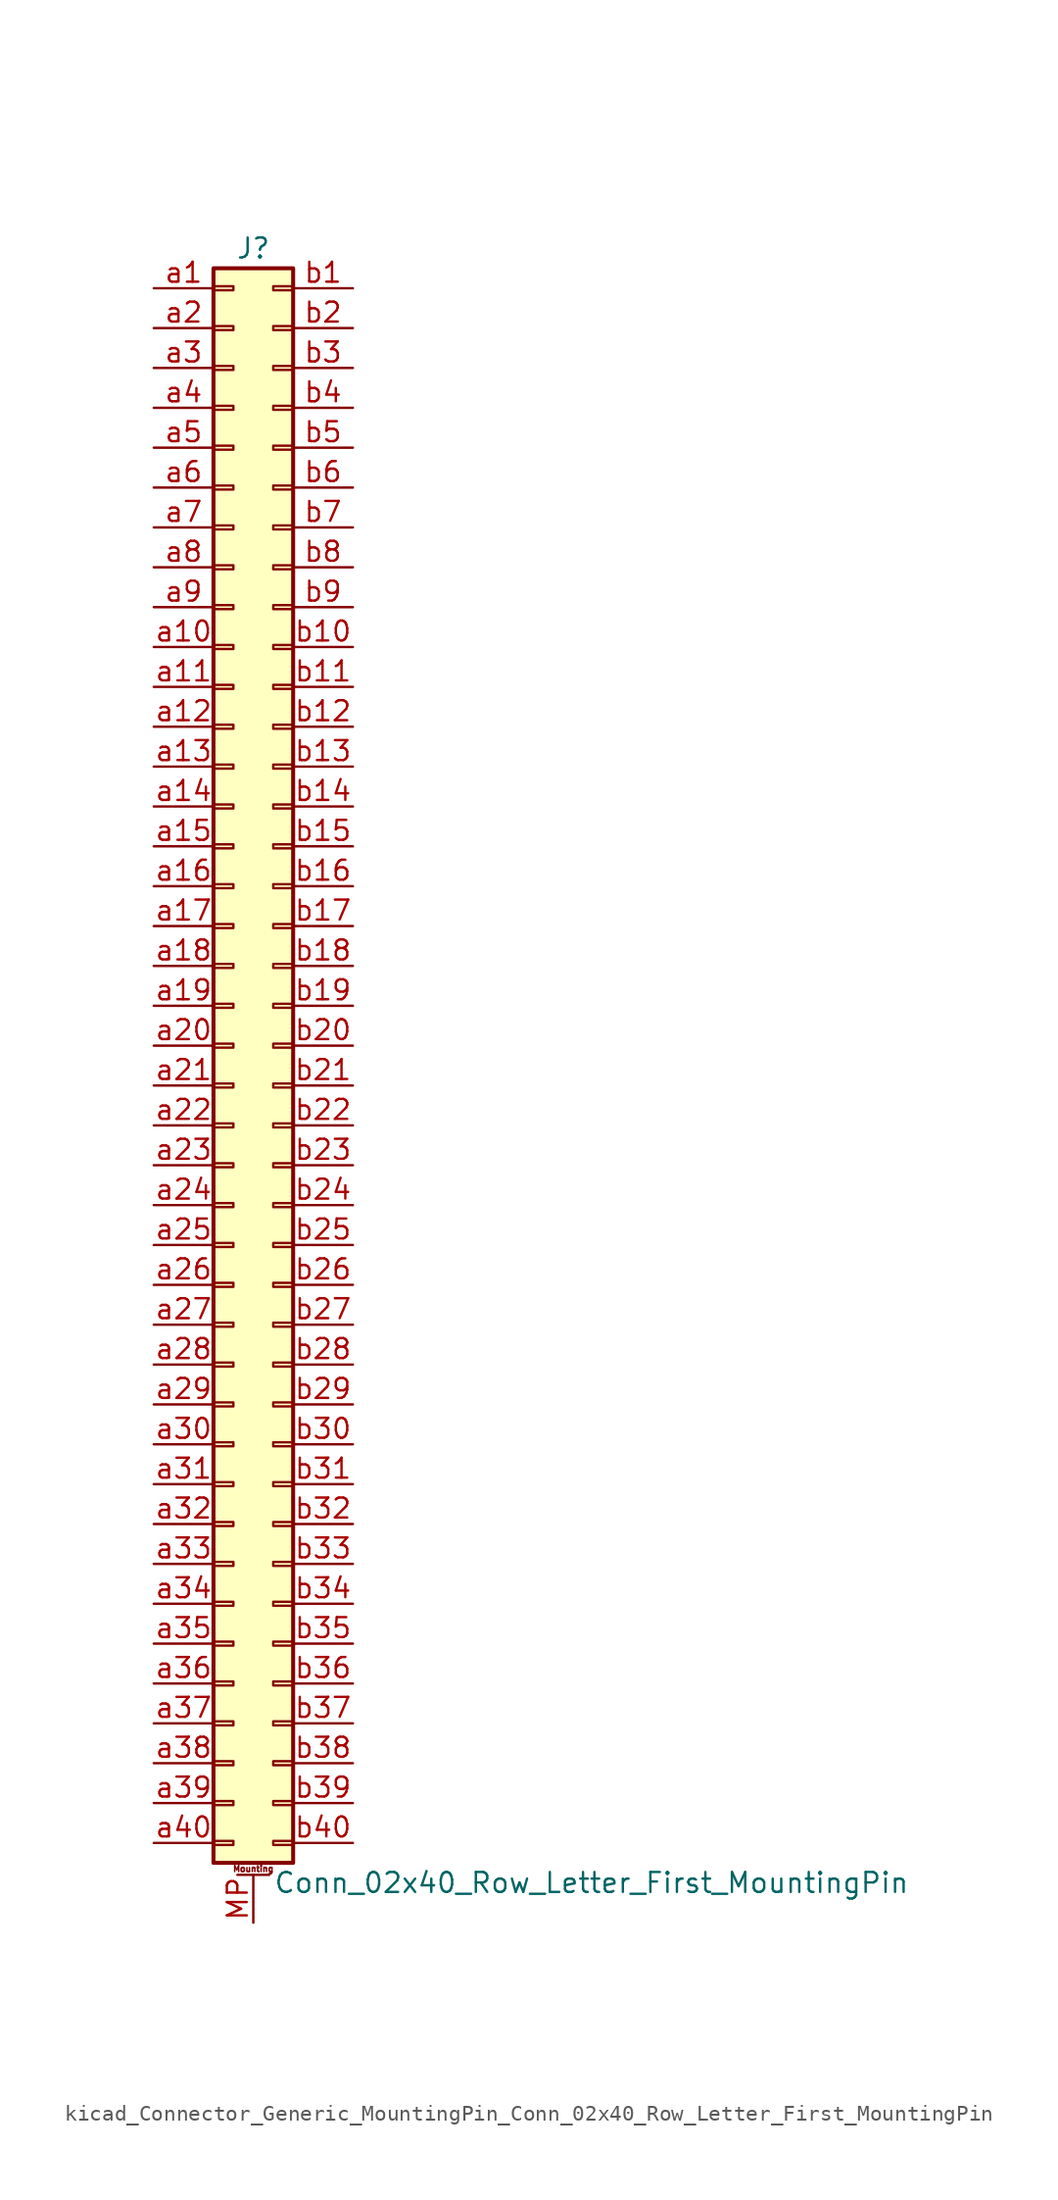
<source format=kicad_sym>
(kicad_symbol_lib
  (version 20220914)
  (generator kicad_symbol_editor)
  (symbol "kicad_Connector_Generic_MountingPin_Conn_02x40_Row_Letter_First_MountingPin"
    (pin_names
      (offset 1.016) hide)
    (property "Reference" "J"
      (at 1.27 50.8 0)
      (effects (font (size 1.27 1.27))))
    (property "Value" "Conn_02x40_Row_Letter_First_MountingPin"
      (at 2.54 -53.34 0)
      (effects (font (size 1.27 1.27)) (justify left)))
    (symbol "kicad_Connector_Generic_MountingPin_Conn_02x40_Row_Letter_First_MountingPin_1_1"
      (rectangle (start -1.27 -50.673) (end 0 -50.927) (stroke (width 0.152) (type default)) (fill (type none)))
      (rectangle (start -1.27 -48.133) (end 0 -48.387) (stroke (width 0.152) (type default)) (fill (type none)))
      (rectangle (start -1.27 -45.593) (end 0 -45.847) (stroke (width 0.152) (type default)) (fill (type none)))
      (rectangle (start -1.27 -43.053) (end 0 -43.307) (stroke (width 0.152) (type default)) (fill (type none)))
      (rectangle (start -1.27 -40.513) (end 0 -40.767) (stroke (width 0.152) (type default)) (fill (type none)))
      (rectangle (start -1.27 -37.973) (end 0 -38.227) (stroke (width 0.152) (type default)) (fill (type none)))
      (rectangle (start -1.27 -35.433) (end 0 -35.687) (stroke (width 0.152) (type default)) (fill (type none)))
      (rectangle (start -1.27 -32.893) (end 0 -33.147) (stroke (width 0.152) (type default)) (fill (type none)))
      (rectangle (start -1.27 -30.353) (end 0 -30.607) (stroke (width 0.152) (type default)) (fill (type none)))
      (rectangle (start -1.27 -27.813) (end 0 -28.067) (stroke (width 0.152) (type default)) (fill (type none)))
      (rectangle (start -1.27 -25.273) (end 0 -25.527) (stroke (width 0.152) (type default)) (fill (type none)))
      (rectangle (start -1.27 -22.733) (end 0 -22.987) (stroke (width 0.152) (type default)) (fill (type none)))
      (rectangle (start -1.27 -20.193) (end 0 -20.447) (stroke (width 0.152) (type default)) (fill (type none)))
      (rectangle (start -1.27 -17.653) (end 0 -17.907) (stroke (width 0.152) (type default)) (fill (type none)))
      (rectangle (start -1.27 -15.113) (end 0 -15.367) (stroke (width 0.152) (type default)) (fill (type none)))
      (rectangle (start -1.27 -12.573) (end 0 -12.827) (stroke (width 0.152) (type default)) (fill (type none)))
      (rectangle (start -1.27 -10.033) (end 0 -10.287) (stroke (width 0.152) (type default)) (fill (type none)))
      (rectangle (start -1.27 -7.493) (end 0 -7.747) (stroke (width 0.152) (type default)) (fill (type none)))
      (rectangle (start -1.27 -4.953) (end 0 -5.207) (stroke (width 0.152) (type default)) (fill (type none)))
      (rectangle (start -1.27 -2.413) (end 0 -2.667) (stroke (width 0.152) (type default)) (fill (type none)))
      (rectangle (start -1.27 0.127) (end 0 -0.127) (stroke (width 0.152) (type default)) (fill (type none)))
      (rectangle (start -1.27 2.667) (end 0 2.413) (stroke (width 0.152) (type default)) (fill (type none)))
      (rectangle (start -1.27 5.207) (end 0 4.953) (stroke (width 0.152) (type default)) (fill (type none)))
      (rectangle (start -1.27 7.747) (end 0 7.493) (stroke (width 0.152) (type default)) (fill (type none)))
      (rectangle (start -1.27 10.287) (end 0 10.033) (stroke (width 0.152) (type default)) (fill (type none)))
      (rectangle (start -1.27 12.827) (end 0 12.573) (stroke (width 0.152) (type default)) (fill (type none)))
      (rectangle (start -1.27 15.367) (end 0 15.113) (stroke (width 0.152) (type default)) (fill (type none)))
      (rectangle (start -1.27 17.907) (end 0 17.653) (stroke (width 0.152) (type default)) (fill (type none)))
      (rectangle (start -1.27 20.447) (end 0 20.193) (stroke (width 0.152) (type default)) (fill (type none)))
      (rectangle (start -1.27 22.987) (end 0 22.733) (stroke (width 0.152) (type default)) (fill (type none)))
      (rectangle (start -1.27 25.527) (end 0 25.273) (stroke (width 0.152) (type default)) (fill (type none)))
      (rectangle (start -1.27 28.067) (end 0 27.813) (stroke (width 0.152) (type default)) (fill (type none)))
      (rectangle (start -1.27 30.607) (end 0 30.353) (stroke (width 0.152) (type default)) (fill (type none)))
      (rectangle (start -1.27 33.147) (end 0 32.893) (stroke (width 0.152) (type default)) (fill (type none)))
      (rectangle (start -1.27 35.687) (end 0 35.433) (stroke (width 0.152) (type default)) (fill (type none)))
      (rectangle (start -1.27 38.227) (end 0 37.973) (stroke (width 0.152) (type default)) (fill (type none)))
      (rectangle (start -1.27 40.767) (end 0 40.513) (stroke (width 0.152) (type default)) (fill (type none)))
      (rectangle (start -1.27 43.307) (end 0 43.053) (stroke (width 0.152) (type default)) (fill (type none)))
      (rectangle (start -1.27 45.847) (end 0 45.593) (stroke (width 0.152) (type default)) (fill (type none)))
      (rectangle (start -1.27 48.387) (end 0 48.133) (stroke (width 0.152) (type default)) (fill (type none)))
      (rectangle (start -1.27 49.53) (end 3.81 -52.07) (stroke (width 0.254) (type default)) (fill (type background)))
      (polyline (pts (xy 0.254 -52.832) (xy 2.286 -52.832)) (stroke (width 0.152) (type default)) (fill (type none)))
      (rectangle (start 3.81 -50.673) (end 2.54 -50.927) (stroke (width 0.152) (type default)) (fill (type none)))
      (rectangle (start 3.81 -48.133) (end 2.54 -48.387) (stroke (width 0.152) (type default)) (fill (type none)))
      (rectangle (start 3.81 -45.593) (end 2.54 -45.847) (stroke (width 0.152) (type default)) (fill (type none)))
      (rectangle (start 3.81 -43.053) (end 2.54 -43.307) (stroke (width 0.152) (type default)) (fill (type none)))
      (rectangle (start 3.81 -40.513) (end 2.54 -40.767) (stroke (width 0.152) (type default)) (fill (type none)))
      (rectangle (start 3.81 -37.973) (end 2.54 -38.227) (stroke (width 0.152) (type default)) (fill (type none)))
      (rectangle (start 3.81 -35.433) (end 2.54 -35.687) (stroke (width 0.152) (type default)) (fill (type none)))
      (rectangle (start 3.81 -32.893) (end 2.54 -33.147) (stroke (width 0.152) (type default)) (fill (type none)))
      (rectangle (start 3.81 -30.353) (end 2.54 -30.607) (stroke (width 0.152) (type default)) (fill (type none)))
      (rectangle (start 3.81 -27.813) (end 2.54 -28.067) (stroke (width 0.152) (type default)) (fill (type none)))
      (rectangle (start 3.81 -25.273) (end 2.54 -25.527) (stroke (width 0.152) (type default)) (fill (type none)))
      (rectangle (start 3.81 -22.733) (end 2.54 -22.987) (stroke (width 0.152) (type default)) (fill (type none)))
      (rectangle (start 3.81 -20.193) (end 2.54 -20.447) (stroke (width 0.152) (type default)) (fill (type none)))
      (rectangle (start 3.81 -17.653) (end 2.54 -17.907) (stroke (width 0.152) (type default)) (fill (type none)))
      (rectangle (start 3.81 -15.113) (end 2.54 -15.367) (stroke (width 0.152) (type default)) (fill (type none)))
      (rectangle (start 3.81 -12.573) (end 2.54 -12.827) (stroke (width 0.152) (type default)) (fill (type none)))
      (rectangle (start 3.81 -10.033) (end 2.54 -10.287) (stroke (width 0.152) (type default)) (fill (type none)))
      (rectangle (start 3.81 -7.493) (end 2.54 -7.747) (stroke (width 0.152) (type default)) (fill (type none)))
      (rectangle (start 3.81 -4.953) (end 2.54 -5.207) (stroke (width 0.152) (type default)) (fill (type none)))
      (rectangle (start 3.81 -2.413) (end 2.54 -2.667) (stroke (width 0.152) (type default)) (fill (type none)))
      (rectangle (start 3.81 0.127) (end 2.54 -0.127) (stroke (width 0.152) (type default)) (fill (type none)))
      (rectangle (start 3.81 2.667) (end 2.54 2.413) (stroke (width 0.152) (type default)) (fill (type none)))
      (rectangle (start 3.81 5.207) (end 2.54 4.953) (stroke (width 0.152) (type default)) (fill (type none)))
      (rectangle (start 3.81 7.747) (end 2.54 7.493) (stroke (width 0.152) (type default)) (fill (type none)))
      (rectangle (start 3.81 10.287) (end 2.54 10.033) (stroke (width 0.152) (type default)) (fill (type none)))
      (rectangle (start 3.81 12.827) (end 2.54 12.573) (stroke (width 0.152) (type default)) (fill (type none)))
      (rectangle (start 3.81 15.367) (end 2.54 15.113) (stroke (width 0.152) (type default)) (fill (type none)))
      (rectangle (start 3.81 17.907) (end 2.54 17.653) (stroke (width 0.152) (type default)) (fill (type none)))
      (rectangle (start 3.81 20.447) (end 2.54 20.193) (stroke (width 0.152) (type default)) (fill (type none)))
      (rectangle (start 3.81 22.987) (end 2.54 22.733) (stroke (width 0.152) (type default)) (fill (type none)))
      (rectangle (start 3.81 25.527) (end 2.54 25.273) (stroke (width 0.152) (type default)) (fill (type none)))
      (rectangle (start 3.81 28.067) (end 2.54 27.813) (stroke (width 0.152) (type default)) (fill (type none)))
      (rectangle (start 3.81 30.607) (end 2.54 30.353) (stroke (width 0.152) (type default)) (fill (type none)))
      (rectangle (start 3.81 33.147) (end 2.54 32.893) (stroke (width 0.152) (type default)) (fill (type none)))
      (rectangle (start 3.81 35.687) (end 2.54 35.433) (stroke (width 0.152) (type default)) (fill (type none)))
      (rectangle (start 3.81 38.227) (end 2.54 37.973) (stroke (width 0.152) (type default)) (fill (type none)))
      (rectangle (start 3.81 40.767) (end 2.54 40.513) (stroke (width 0.152) (type default)) (fill (type none)))
      (rectangle (start 3.81 43.307) (end 2.54 43.053) (stroke (width 0.152) (type default)) (fill (type none)))
      (rectangle (start 3.81 45.847) (end 2.54 45.593) (stroke (width 0.152) (type default)) (fill (type none)))
      (rectangle (start 3.81 48.387) (end 2.54 48.133) (stroke (width 0.152) (type default)) (fill (type none)))
      (text "Mounting" (at 1.27 -52.451 0) (effects (font (size 0.381 0.381))))
      (pin passive line (at 1.27 -55.88 90) (length 3.048) (name "MountPin" (effects (font (size 1.27 1.27)))) (number "MP" (effects (font (size 1.27 1.27)))))
      (pin passive line (at -5.08 48.26 0) (length 3.81) (name "Pin_a1" (effects (font (size 1.27 1.27)))) (number "a1" (effects (font (size 1.27 1.27)))))
      (pin passive line (at -5.08 25.4 0) (length 3.81) (name "Pin_a10" (effects (font (size 1.27 1.27)))) (number "a10" (effects (font (size 1.27 1.27)))))
      (pin passive line (at -5.08 22.86 0) (length 3.81) (name "Pin_a11" (effects (font (size 1.27 1.27)))) (number "a11" (effects (font (size 1.27 1.27)))))
      (pin passive line (at -5.08 20.32 0) (length 3.81) (name "Pin_a12" (effects (font (size 1.27 1.27)))) (number "a12" (effects (font (size 1.27 1.27)))))
      (pin passive line (at -5.08 17.78 0) (length 3.81) (name "Pin_a13" (effects (font (size 1.27 1.27)))) (number "a13" (effects (font (size 1.27 1.27)))))
      (pin passive line (at -5.08 15.24 0) (length 3.81) (name "Pin_a14" (effects (font (size 1.27 1.27)))) (number "a14" (effects (font (size 1.27 1.27)))))
      (pin passive line (at -5.08 12.7 0) (length 3.81) (name "Pin_a15" (effects (font (size 1.27 1.27)))) (number "a15" (effects (font (size 1.27 1.27)))))
      (pin passive line (at -5.08 10.16 0) (length 3.81) (name "Pin_a16" (effects (font (size 1.27 1.27)))) (number "a16" (effects (font (size 1.27 1.27)))))
      (pin passive line (at -5.08 7.62 0) (length 3.81) (name "Pin_a17" (effects (font (size 1.27 1.27)))) (number "a17" (effects (font (size 1.27 1.27)))))
      (pin passive line (at -5.08 5.08 0) (length 3.81) (name "Pin_a18" (effects (font (size 1.27 1.27)))) (number "a18" (effects (font (size 1.27 1.27)))))
      (pin passive line (at -5.08 2.54 0) (length 3.81) (name "Pin_a19" (effects (font (size 1.27 1.27)))) (number "a19" (effects (font (size 1.27 1.27)))))
      (pin passive line (at -5.08 45.72 0) (length 3.81) (name "Pin_a2" (effects (font (size 1.27 1.27)))) (number "a2" (effects (font (size 1.27 1.27)))))
      (pin passive line (at -5.08 0 0) (length 3.81) (name "Pin_a20" (effects (font (size 1.27 1.27)))) (number "a20" (effects (font (size 1.27 1.27)))))
      (pin passive line (at -5.08 -2.54 0) (length 3.81) (name "Pin_a21" (effects (font (size 1.27 1.27)))) (number "a21" (effects (font (size 1.27 1.27)))))
      (pin passive line (at -5.08 -5.08 0) (length 3.81) (name "Pin_a22" (effects (font (size 1.27 1.27)))) (number "a22" (effects (font (size 1.27 1.27)))))
      (pin passive line (at -5.08 -7.62 0) (length 3.81) (name "Pin_a23" (effects (font (size 1.27 1.27)))) (number "a23" (effects (font (size 1.27 1.27)))))
      (pin passive line (at -5.08 -10.16 0) (length 3.81) (name "Pin_a24" (effects (font (size 1.27 1.27)))) (number "a24" (effects (font (size 1.27 1.27)))))
      (pin passive line (at -5.08 -12.7 0) (length 3.81) (name "Pin_a25" (effects (font (size 1.27 1.27)))) (number "a25" (effects (font (size 1.27 1.27)))))
      (pin passive line (at -5.08 -15.24 0) (length 3.81) (name "Pin_a26" (effects (font (size 1.27 1.27)))) (number "a26" (effects (font (size 1.27 1.27)))))
      (pin passive line (at -5.08 -17.78 0) (length 3.81) (name "Pin_a27" (effects (font (size 1.27 1.27)))) (number "a27" (effects (font (size 1.27 1.27)))))
      (pin passive line (at -5.08 -20.32 0) (length 3.81) (name "Pin_a28" (effects (font (size 1.27 1.27)))) (number "a28" (effects (font (size 1.27 1.27)))))
      (pin passive line (at -5.08 -22.86 0) (length 3.81) (name "Pin_a29" (effects (font (size 1.27 1.27)))) (number "a29" (effects (font (size 1.27 1.27)))))
      (pin passive line (at -5.08 43.18 0) (length 3.81) (name "Pin_a3" (effects (font (size 1.27 1.27)))) (number "a3" (effects (font (size 1.27 1.27)))))
      (pin passive line (at -5.08 -25.4 0) (length 3.81) (name "Pin_a30" (effects (font (size 1.27 1.27)))) (number "a30" (effects (font (size 1.27 1.27)))))
      (pin passive line (at -5.08 -27.94 0) (length 3.81) (name "Pin_a31" (effects (font (size 1.27 1.27)))) (number "a31" (effects (font (size 1.27 1.27)))))
      (pin passive line (at -5.08 -30.48 0) (length 3.81) (name "Pin_a32" (effects (font (size 1.27 1.27)))) (number "a32" (effects (font (size 1.27 1.27)))))
      (pin passive line (at -5.08 -33.02 0) (length 3.81) (name "Pin_a33" (effects (font (size 1.27 1.27)))) (number "a33" (effects (font (size 1.27 1.27)))))
      (pin passive line (at -5.08 -35.56 0) (length 3.81) (name "Pin_a34" (effects (font (size 1.27 1.27)))) (number "a34" (effects (font (size 1.27 1.27)))))
      (pin passive line (at -5.08 -38.1 0) (length 3.81) (name "Pin_a35" (effects (font (size 1.27 1.27)))) (number "a35" (effects (font (size 1.27 1.27)))))
      (pin passive line (at -5.08 -40.64 0) (length 3.81) (name "Pin_a36" (effects (font (size 1.27 1.27)))) (number "a36" (effects (font (size 1.27 1.27)))))
      (pin passive line (at -5.08 -43.18 0) (length 3.81) (name "Pin_a37" (effects (font (size 1.27 1.27)))) (number "a37" (effects (font (size 1.27 1.27)))))
      (pin passive line (at -5.08 -45.72 0) (length 3.81) (name "Pin_a38" (effects (font (size 1.27 1.27)))) (number "a38" (effects (font (size 1.27 1.27)))))
      (pin passive line (at -5.08 -48.26 0) (length 3.81) (name "Pin_a39" (effects (font (size 1.27 1.27)))) (number "a39" (effects (font (size 1.27 1.27)))))
      (pin passive line (at -5.08 40.64 0) (length 3.81) (name "Pin_a4" (effects (font (size 1.27 1.27)))) (number "a4" (effects (font (size 1.27 1.27)))))
      (pin passive line (at -5.08 -50.8 0) (length 3.81) (name "Pin_a40" (effects (font (size 1.27 1.27)))) (number "a40" (effects (font (size 1.27 1.27)))))
      (pin passive line (at -5.08 38.1 0) (length 3.81) (name "Pin_a5" (effects (font (size 1.27 1.27)))) (number "a5" (effects (font (size 1.27 1.27)))))
      (pin passive line (at -5.08 35.56 0) (length 3.81) (name "Pin_a6" (effects (font (size 1.27 1.27)))) (number "a6" (effects (font (size 1.27 1.27)))))
      (pin passive line (at -5.08 33.02 0) (length 3.81) (name "Pin_a7" (effects (font (size 1.27 1.27)))) (number "a7" (effects (font (size 1.27 1.27)))))
      (pin passive line (at -5.08 30.48 0) (length 3.81) (name "Pin_a8" (effects (font (size 1.27 1.27)))) (number "a8" (effects (font (size 1.27 1.27)))))
      (pin passive line (at -5.08 27.94 0) (length 3.81) (name "Pin_a9" (effects (font (size 1.27 1.27)))) (number "a9" (effects (font (size 1.27 1.27)))))
      (pin passive line (at 7.62 48.26 180) (length 3.81) (name "Pin_b1" (effects (font (size 1.27 1.27)))) (number "b1" (effects (font (size 1.27 1.27)))))
      (pin passive line (at 7.62 25.4 180) (length 3.81) (name "Pin_b10" (effects (font (size 1.27 1.27)))) (number "b10" (effects (font (size 1.27 1.27)))))
      (pin passive line (at 7.62 22.86 180) (length 3.81) (name "Pin_b11" (effects (font (size 1.27 1.27)))) (number "b11" (effects (font (size 1.27 1.27)))))
      (pin passive line (at 7.62 20.32 180) (length 3.81) (name "Pin_b12" (effects (font (size 1.27 1.27)))) (number "b12" (effects (font (size 1.27 1.27)))))
      (pin passive line (at 7.62 17.78 180) (length 3.81) (name "Pin_b13" (effects (font (size 1.27 1.27)))) (number "b13" (effects (font (size 1.27 1.27)))))
      (pin passive line (at 7.62 15.24 180) (length 3.81) (name "Pin_b14" (effects (font (size 1.27 1.27)))) (number "b14" (effects (font (size 1.27 1.27)))))
      (pin passive line (at 7.62 12.7 180) (length 3.81) (name "Pin_b15" (effects (font (size 1.27 1.27)))) (number "b15" (effects (font (size 1.27 1.27)))))
      (pin passive line (at 7.62 10.16 180) (length 3.81) (name "Pin_b16" (effects (font (size 1.27 1.27)))) (number "b16" (effects (font (size 1.27 1.27)))))
      (pin passive line (at 7.62 7.62 180) (length 3.81) (name "Pin_b17" (effects (font (size 1.27 1.27)))) (number "b17" (effects (font (size 1.27 1.27)))))
      (pin passive line (at 7.62 5.08 180) (length 3.81) (name "Pin_b18" (effects (font (size 1.27 1.27)))) (number "b18" (effects (font (size 1.27 1.27)))))
      (pin passive line (at 7.62 2.54 180) (length 3.81) (name "Pin_b19" (effects (font (size 1.27 1.27)))) (number "b19" (effects (font (size 1.27 1.27)))))
      (pin passive line (at 7.62 45.72 180) (length 3.81) (name "Pin_b2" (effects (font (size 1.27 1.27)))) (number "b2" (effects (font (size 1.27 1.27)))))
      (pin passive line (at 7.62 0 180) (length 3.81) (name "Pin_b20" (effects (font (size 1.27 1.27)))) (number "b20" (effects (font (size 1.27 1.27)))))
      (pin passive line (at 7.62 -2.54 180) (length 3.81) (name "Pin_b21" (effects (font (size 1.27 1.27)))) (number "b21" (effects (font (size 1.27 1.27)))))
      (pin passive line (at 7.62 -5.08 180) (length 3.81) (name "Pin_b22" (effects (font (size 1.27 1.27)))) (number "b22" (effects (font (size 1.27 1.27)))))
      (pin passive line (at 7.62 -7.62 180) (length 3.81) (name "Pin_b23" (effects (font (size 1.27 1.27)))) (number "b23" (effects (font (size 1.27 1.27)))))
      (pin passive line (at 7.62 -10.16 180) (length 3.81) (name "Pin_b24" (effects (font (size 1.27 1.27)))) (number "b24" (effects (font (size 1.27 1.27)))))
      (pin passive line (at 7.62 -12.7 180) (length 3.81) (name "Pin_b25" (effects (font (size 1.27 1.27)))) (number "b25" (effects (font (size 1.27 1.27)))))
      (pin passive line (at 7.62 -15.24 180) (length 3.81) (name "Pin_b26" (effects (font (size 1.27 1.27)))) (number "b26" (effects (font (size 1.27 1.27)))))
      (pin passive line (at 7.62 -17.78 180) (length 3.81) (name "Pin_b27" (effects (font (size 1.27 1.27)))) (number "b27" (effects (font (size 1.27 1.27)))))
      (pin passive line (at 7.62 -20.32 180) (length 3.81) (name "Pin_b28" (effects (font (size 1.27 1.27)))) (number "b28" (effects (font (size 1.27 1.27)))))
      (pin passive line (at 7.62 -22.86 180) (length 3.81) (name "Pin_b29" (effects (font (size 1.27 1.27)))) (number "b29" (effects (font (size 1.27 1.27)))))
      (pin passive line (at 7.62 43.18 180) (length 3.81) (name "Pin_b3" (effects (font (size 1.27 1.27)))) (number "b3" (effects (font (size 1.27 1.27)))))
      (pin passive line (at 7.62 -25.4 180) (length 3.81) (name "Pin_b30" (effects (font (size 1.27 1.27)))) (number "b30" (effects (font (size 1.27 1.27)))))
      (pin passive line (at 7.62 -27.94 180) (length 3.81) (name "Pin_b31" (effects (font (size 1.27 1.27)))) (number "b31" (effects (font (size 1.27 1.27)))))
      (pin passive line (at 7.62 -30.48 180) (length 3.81) (name "Pin_b32" (effects (font (size 1.27 1.27)))) (number "b32" (effects (font (size 1.27 1.27)))))
      (pin passive line (at 7.62 -33.02 180) (length 3.81) (name "Pin_b33" (effects (font (size 1.27 1.27)))) (number "b33" (effects (font (size 1.27 1.27)))))
      (pin passive line (at 7.62 -35.56 180) (length 3.81) (name "Pin_b34" (effects (font (size 1.27 1.27)))) (number "b34" (effects (font (size 1.27 1.27)))))
      (pin passive line (at 7.62 -38.1 180) (length 3.81) (name "Pin_b35" (effects (font (size 1.27 1.27)))) (number "b35" (effects (font (size 1.27 1.27)))))
      (pin passive line (at 7.62 -40.64 180) (length 3.81) (name "Pin_b36" (effects (font (size 1.27 1.27)))) (number "b36" (effects (font (size 1.27 1.27)))))
      (pin passive line (at 7.62 -43.18 180) (length 3.81) (name "Pin_b37" (effects (font (size 1.27 1.27)))) (number "b37" (effects (font (size 1.27 1.27)))))
      (pin passive line (at 7.62 -45.72 180) (length 3.81) (name "Pin_b38" (effects (font (size 1.27 1.27)))) (number "b38" (effects (font (size 1.27 1.27)))))
      (pin passive line (at 7.62 -48.26 180) (length 3.81) (name "Pin_b39" (effects (font (size 1.27 1.27)))) (number "b39" (effects (font (size 1.27 1.27)))))
      (pin passive line (at 7.62 40.64 180) (length 3.81) (name "Pin_b4" (effects (font (size 1.27 1.27)))) (number "b4" (effects (font (size 1.27 1.27)))))
      (pin passive line (at 7.62 -50.8 180) (length 3.81) (name "Pin_b40" (effects (font (size 1.27 1.27)))) (number "b40" (effects (font (size 1.27 1.27)))))
      (pin passive line (at 7.62 38.1 180) (length 3.81) (name "Pin_b5" (effects (font (size 1.27 1.27)))) (number "b5" (effects (font (size 1.27 1.27)))))
      (pin passive line (at 7.62 35.56 180) (length 3.81) (name "Pin_b6" (effects (font (size 1.27 1.27)))) (number "b6" (effects (font (size 1.27 1.27)))))
      (pin passive line (at 7.62 33.02 180) (length 3.81) (name "Pin_b7" (effects (font (size 1.27 1.27)))) (number "b7" (effects (font (size 1.27 1.27)))))
      (pin passive line (at 7.62 30.48 180) (length 3.81) (name "Pin_b8" (effects (font (size 1.27 1.27)))) (number "b8" (effects (font (size 1.27 1.27)))))
      (pin passive line (at 7.62 27.94 180) (length 3.81) (name "Pin_b9" (effects (font (size 1.27 1.27)))) (number "b9" (effects (font (size 1.27 1.27))))))))
</source>
